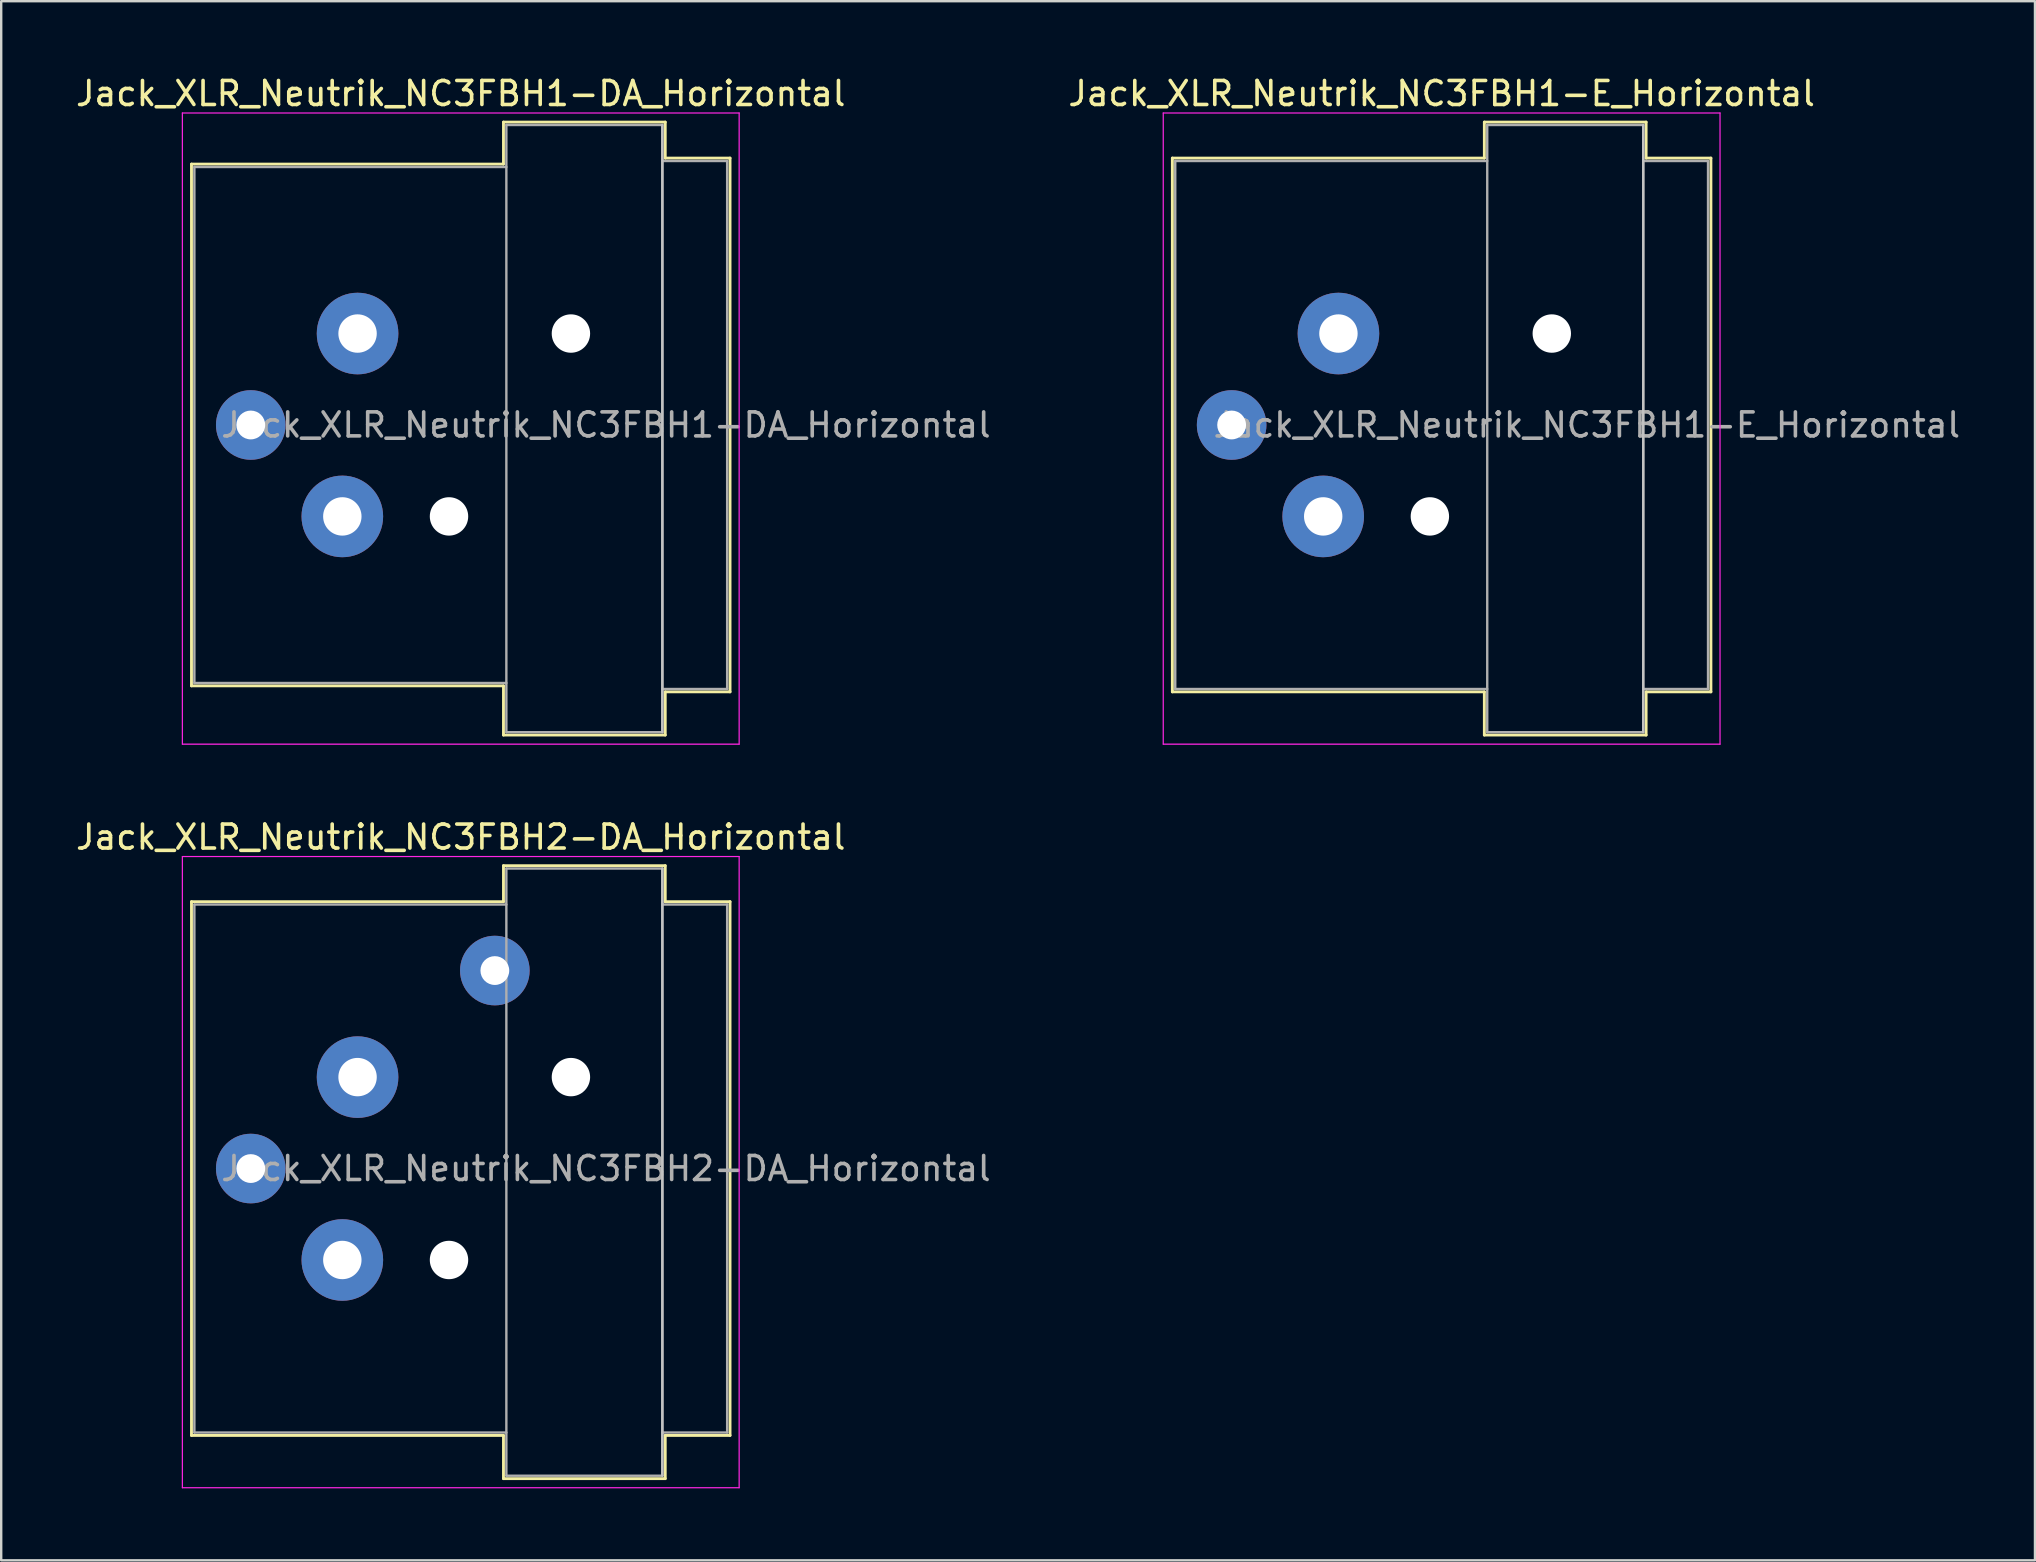
<source format=kicad_pcb>
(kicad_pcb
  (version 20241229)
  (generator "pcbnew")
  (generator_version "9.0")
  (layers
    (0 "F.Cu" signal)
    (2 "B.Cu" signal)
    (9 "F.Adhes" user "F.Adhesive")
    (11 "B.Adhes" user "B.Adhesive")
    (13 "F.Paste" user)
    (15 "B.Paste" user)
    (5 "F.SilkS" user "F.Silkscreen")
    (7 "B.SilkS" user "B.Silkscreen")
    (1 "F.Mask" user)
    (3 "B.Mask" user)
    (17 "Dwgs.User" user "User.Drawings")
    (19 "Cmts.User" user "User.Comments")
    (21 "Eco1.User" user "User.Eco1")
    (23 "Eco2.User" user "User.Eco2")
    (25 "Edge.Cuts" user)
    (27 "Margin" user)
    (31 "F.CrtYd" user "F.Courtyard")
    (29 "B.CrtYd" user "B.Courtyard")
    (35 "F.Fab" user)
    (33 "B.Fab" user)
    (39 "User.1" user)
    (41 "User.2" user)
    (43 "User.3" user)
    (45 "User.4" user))
  (footprint "Jack_XLR_Neutrik_NC3FBH1-DA_Horizontal"
    (layer "F.Cu")
    (at 11.849 10.848)
    (property "Reference" "Jack_XLR_Neutrik_NC3FBH1-DA_Horizontal" (at 4.3 -10 0) (layer "F.SilkS") (effects (font (size 1 1) (thickness 0.15))))
    (attr through_hole)
    (fp_line (start -6.92 -7.06) (end -6.92 14.68) (stroke (width 0.12) (type solid)) (layer "F.SilkS"))
    (fp_line (start 6.08 -7.06) (end -6.92 -7.06) (stroke (width 0.12) (type solid)) (layer "F.SilkS"))
    (fp_line (start 6.08 -7.06) (end 6.08 -8.81) (stroke (width 0.12) (type solid)) (layer "F.SilkS"))
    (fp_line (start 6.08 14.68) (end -6.92 14.68) (stroke (width 0.12) (type solid)) (layer "F.SilkS"))
    (fp_line (start 6.08 16.73) (end 6.08 14.68) (stroke (width 0.12) (type solid)) (layer "F.SilkS"))
    (fp_line (start 12.82 -8.81) (end 6.08 -8.81) (stroke (width 0.12) (type solid)) (layer "F.SilkS"))
    (fp_line (start 12.82 -8.81) (end 12.82 -7.31) (stroke (width 0.12) (type solid)) (layer "F.SilkS"))
    (fp_line (start 12.82 -7.31) (end 15.52 -7.31) (stroke (width 0.12) (type solid)) (layer "F.SilkS"))
    (fp_line (start 12.82 14.93) (end 12.82 16.73) (stroke (width 0.12) (type solid)) (layer "F.SilkS"))
    (fp_line (start 12.82 14.93) (end 15.52 14.93) (stroke (width 0.12) (type solid)) (layer "F.SilkS"))
    (fp_line (start 12.82 16.73) (end 6.08 16.73) (stroke (width 0.12) (type solid)) (layer "F.SilkS"))
    (fp_line (start 15.52 -7.31) (end 15.52 14.93) (stroke (width 0.12) (type solid)) (layer "F.SilkS"))
    (fp_line (start 12.7 -8.69) (end 12.7 16.61) (stroke (width 0.1) (type solid)) (layer "Dwgs.User"))
    (fp_line (start -7.3 -9.19) (end -7.3 17.11) (stroke (width 0.05) (type solid)) (layer "F.CrtYd"))
    (fp_line (start 15.9 -9.19) (end -7.3 -9.19) (stroke (width 0.05) (type solid)) (layer "F.CrtYd"))
    (fp_line (start 15.9 -9.19) (end 15.9 17.11) (stroke (width 0.05) (type solid)) (layer "F.CrtYd"))
    (fp_line (start 15.9 17.11) (end -7.3 17.11) (stroke (width 0.05) (type solid)) (layer "F.CrtYd"))
    (fp_line (start -6.8 -6.94) (end -6.8 14.56) (stroke (width 0.1) (type solid)) (layer "F.Fab"))
    (fp_line (start -6.8 14.56) (end 6.2 14.56) (stroke (width 0.1) (type solid)) (layer "F.Fab"))
    (fp_line (start 6.2 -8.69) (end 12.7 -8.69) (stroke (width 0.1) (type solid)) (layer "F.Fab"))
    (fp_line (start 6.2 -6.94) (end -6.8 -6.94) (stroke (width 0.1) (type solid)) (layer "F.Fab"))
    (fp_line (start 6.2 16.61) (end 6.2 -8.69) (stroke (width 0.1) (type solid)) (layer "F.Fab"))
    (fp_line (start 12.7 -8.69) (end 12.7 16.61) (stroke (width 0.1) (type solid)) (layer "F.Fab"))
    (fp_line (start 12.7 -7.19) (end 15.4 -7.19) (stroke (width 0.1) (type solid)) (layer "F.Fab"))
    (fp_line (start 12.7 16.61) (end 6.2 16.61) (stroke (width 0.1) (type solid)) (layer "F.Fab"))
    (fp_line (start 15.4 -7.19) (end 15.4 14.81) (stroke (width 0.1) (type solid)) (layer "F.Fab"))
    (fp_line (start 15.4 14.81) (end 12.7 14.81) (stroke (width 0.1) (type solid)) (layer "F.Fab"))
    (fp_text user "${REFERENCE}" (at 10.35 3.81 0) (layer "F.Fab") (effects (font (size 1 1) (thickness 0.15))))
    (pad "" np_thru_hole circle (at 3.81 7.62) (size 1.6 1.6) (drill 1.6) (layers "*.Cu" "*.Mask"))
    (pad "" np_thru_hole circle (at 8.89 0) (size 1.6 1.6) (drill 1.6) (layers "*.Cu" "*.Mask"))
    (pad "1" thru_hole circle (at 0 0) (size 3.4 3.4) (drill 1.6) (layers "*.Cu" "*.Mask"))
    (pad "2" thru_hole circle (at -0.635 7.62) (size 3.4 3.4) (drill 1.6) (layers "*.Cu" "*.Mask"))
    (pad "3" thru_hole circle (at -4.45 3.81) (size 2.9 2.9) (drill 1.2) (layers "*.Cu" "*.Mask")))
  (footprint "Jack_XLR_Neutrik_NC3FBH1-E_Horizontal"
    (layer "F.Cu")
    (at 52.72 10.848)
    (property "Reference" "Jack_XLR_Neutrik_NC3FBH1-E_Horizontal" (at 4.3 -10 0) (layer "F.SilkS") (effects (font (size 1 1) (thickness 0.15))))
    (attr through_hole)
    (fp_line (start -6.92 -7.31) (end -6.92 14.93) (stroke (width 0.12) (type solid)) (layer "F.SilkS"))
    (fp_line (start 6.08 -7.31) (end -6.92 -7.31) (stroke (width 0.12) (type solid)) (layer "F.SilkS"))
    (fp_line (start 6.08 -7.31) (end 6.08 -8.81) (stroke (width 0.12) (type solid)) (layer "F.SilkS"))
    (fp_line (start 6.08 14.93) (end -6.92 14.93) (stroke (width 0.12) (type solid)) (layer "F.SilkS"))
    (fp_line (start 6.08 16.73) (end 6.08 14.93) (stroke (width 0.12) (type solid)) (layer "F.SilkS"))
    (fp_line (start 12.82 -8.81) (end 6.08 -8.81) (stroke (width 0.12) (type solid)) (layer "F.SilkS"))
    (fp_line (start 12.82 -8.81) (end 12.82 -7.31) (stroke (width 0.12) (type solid)) (layer "F.SilkS"))
    (fp_line (start 12.82 -7.31) (end 15.52 -7.31) (stroke (width 0.12) (type solid)) (layer "F.SilkS"))
    (fp_line (start 12.82 14.93) (end 12.82 16.73) (stroke (width 0.12) (type solid)) (layer "F.SilkS"))
    (fp_line (start 12.82 14.93) (end 15.52 14.93) (stroke (width 0.12) (type solid)) (layer "F.SilkS"))
    (fp_line (start 12.82 16.73) (end 6.08 16.73) (stroke (width 0.12) (type solid)) (layer "F.SilkS"))
    (fp_line (start 15.52 -7.31) (end 15.52 14.93) (stroke (width 0.12) (type solid)) (layer "F.SilkS"))
    (fp_line (start 12.7 -8.69) (end 12.7 16.61) (stroke (width 0.1) (type solid)) (layer "Dwgs.User"))
    (fp_line (start -7.3 -9.19) (end -7.3 17.11) (stroke (width 0.05) (type solid)) (layer "F.CrtYd"))
    (fp_line (start 15.9 -9.19) (end -7.3 -9.19) (stroke (width 0.05) (type solid)) (layer "F.CrtYd"))
    (fp_line (start 15.9 -9.19) (end 15.9 17.11) (stroke (width 0.05) (type solid)) (layer "F.CrtYd"))
    (fp_line (start 15.9 17.11) (end -7.3 17.11) (stroke (width 0.05) (type solid)) (layer "F.CrtYd"))
    (fp_line (start -6.8 -7.19) (end -6.8 14.81) (stroke (width 0.1) (type solid)) (layer "F.Fab"))
    (fp_line (start -6.8 14.81) (end 6.2 14.81) (stroke (width 0.1) (type solid)) (layer "F.Fab"))
    (fp_line (start 6.2 -8.69) (end 12.7 -8.69) (stroke (width 0.1) (type solid)) (layer "F.Fab"))
    (fp_line (start 6.2 -7.19) (end -6.8 -7.19) (stroke (width 0.1) (type solid)) (layer "F.Fab"))
    (fp_line (start 6.2 16.61) (end 6.2 -8.69) (stroke (width 0.1) (type solid)) (layer "F.Fab"))
    (fp_line (start 12.7 -8.69) (end 12.7 16.61) (stroke (width 0.1) (type solid)) (layer "F.Fab"))
    (fp_line (start 12.7 -7.19) (end 15.4 -7.19) (stroke (width 0.1) (type solid)) (layer "F.Fab"))
    (fp_line (start 12.7 16.61) (end 6.2 16.61) (stroke (width 0.1) (type solid)) (layer "F.Fab"))
    (fp_line (start 15.4 -7.19) (end 15.4 14.81) (stroke (width 0.1) (type solid)) (layer "F.Fab"))
    (fp_line (start 15.4 14.81) (end 12.7 14.81) (stroke (width 0.1) (type solid)) (layer "F.Fab"))
    (fp_text user "${REFERENCE}" (at 10.35 3.81 0) (layer "F.Fab") (effects (font (size 1 1) (thickness 0.15))))
    (pad "" np_thru_hole circle (at 3.81 7.62) (size 1.6 1.6) (drill 1.6) (layers "*.Cu" "*.Mask"))
    (pad "" np_thru_hole circle (at 8.89 0) (size 1.6 1.6) (drill 1.6) (layers "*.Cu" "*.Mask"))
    (pad "1" thru_hole circle (at 0 0) (size 3.4 3.4) (drill 1.6) (layers "*.Cu" "*.Mask"))
    (pad "2" thru_hole circle (at -0.635 7.62) (size 3.4 3.4) (drill 1.6) (layers "*.Cu" "*.Mask"))
    (pad "3" thru_hole circle (at -4.45 3.81) (size 2.9 2.9) (drill 1.2) (layers "*.Cu" "*.Mask")))
  (footprint "Jack_XLR_Neutrik_NC3FBH2-DA_Horizontal"
    (layer "F.Cu")
    (at 11.849 41.831)
    (property "Reference" "Jack_XLR_Neutrik_NC3FBH2-DA_Horizontal" (at 4.3 -10 0) (layer "F.SilkS") (effects (font (size 1 1) (thickness 0.15))))
    (attr through_hole)
    (fp_line (start -6.92 -7.31) (end -6.92 14.93) (stroke (width 0.12) (type solid)) (layer "F.SilkS"))
    (fp_line (start 6.08 -7.31) (end -6.92 -7.31) (stroke (width 0.12) (type solid)) (layer "F.SilkS"))
    (fp_line (start 6.08 -7.31) (end 6.08 -8.81) (stroke (width 0.12) (type solid)) (layer "F.SilkS"))
    (fp_line (start 6.08 14.93) (end -6.92 14.93) (stroke (width 0.12) (type solid)) (layer "F.SilkS"))
    (fp_line (start 6.08 16.73) (end 6.08 14.93) (stroke (width 0.12) (type solid)) (layer "F.SilkS"))
    (fp_line (start 12.82 -8.81) (end 6.08 -8.81) (stroke (width 0.12) (type solid)) (layer "F.SilkS"))
    (fp_line (start 12.82 -8.81) (end 12.82 -7.31) (stroke (width 0.12) (type solid)) (layer "F.SilkS"))
    (fp_line (start 12.82 -7.31) (end 15.52 -7.31) (stroke (width 0.12) (type solid)) (layer "F.SilkS"))
    (fp_line (start 12.82 14.93) (end 12.82 16.73) (stroke (width 0.12) (type solid)) (layer "F.SilkS"))
    (fp_line (start 12.82 14.93) (end 15.52 14.93) (stroke (width 0.12) (type solid)) (layer "F.SilkS"))
    (fp_line (start 12.82 16.73) (end 6.08 16.73) (stroke (width 0.12) (type solid)) (layer "F.SilkS"))
    (fp_line (start 15.52 -7.31) (end 15.52 14.93) (stroke (width 0.12) (type solid)) (layer "F.SilkS"))
    (fp_line (start 12.7 -8.69) (end 12.7 16.61) (stroke (width 0.1) (type solid)) (layer "Dwgs.User"))
    (fp_line (start -7.3 -9.19) (end -7.3 17.11) (stroke (width 0.05) (type solid)) (layer "F.CrtYd"))
    (fp_line (start 15.9 -9.19) (end -7.3 -9.19) (stroke (width 0.05) (type solid)) (layer "F.CrtYd"))
    (fp_line (start 15.9 -9.19) (end 15.9 17.11) (stroke (width 0.05) (type solid)) (layer "F.CrtYd"))
    (fp_line (start 15.9 17.11) (end -7.3 17.11) (stroke (width 0.05) (type solid)) (layer "F.CrtYd"))
    (fp_line (start -6.8 -7.19) (end -6.8 14.81) (stroke (width 0.1) (type solid)) (layer "F.Fab"))
    (fp_line (start -6.8 14.81) (end 6.2 14.81) (stroke (width 0.1) (type solid)) (layer "F.Fab"))
    (fp_line (start 6.2 -8.69) (end 12.7 -8.69) (stroke (width 0.1) (type solid)) (layer "F.Fab"))
    (fp_line (start 6.2 -7.19) (end -6.8 -7.19) (stroke (width 0.1) (type solid)) (layer "F.Fab"))
    (fp_line (start 6.2 16.61) (end 6.2 -8.69) (stroke (width 0.1) (type solid)) (layer "F.Fab"))
    (fp_line (start 12.7 -8.69) (end 12.7 16.61) (stroke (width 0.1) (type solid)) (layer "F.Fab"))
    (fp_line (start 12.7 -7.19) (end 15.4 -7.19) (stroke (width 0.1) (type solid)) (layer "F.Fab"))
    (fp_line (start 12.7 16.61) (end 6.2 16.61) (stroke (width 0.1) (type solid)) (layer "F.Fab"))
    (fp_line (start 15.4 -7.19) (end 15.4 14.81) (stroke (width 0.1) (type solid)) (layer "F.Fab"))
    (fp_line (start 15.4 14.81) (end 12.7 14.81) (stroke (width 0.1) (type solid)) (layer "F.Fab"))
    (fp_text user "${REFERENCE}" (at 10.35 3.81 0) (layer "F.Fab") (effects (font (size 1 1) (thickness 0.15))))
    (pad "" np_thru_hole circle (at 3.81 7.62) (size 1.6 1.6) (drill 1.6) (layers "*.Cu" "*.Mask"))
    (pad "" np_thru_hole circle (at 8.89 0) (size 1.6 1.6) (drill 1.6) (layers "*.Cu" "*.Mask"))
    (pad "1" thru_hole circle (at 0 0) (size 3.4 3.4) (drill 1.6) (layers "*.Cu" "*.Mask"))
    (pad "2" thru_hole circle (at -0.635 7.62) (size 3.4 3.4) (drill 1.6) (layers "*.Cu" "*.Mask"))
    (pad "3" thru_hole circle (at -4.45 3.81) (size 2.9 2.9) (drill 1.2) (layers "*.Cu" "*.Mask"))
    (pad "G" thru_hole circle (at 5.72 -4.44) (size 2.9 2.9) (drill 1.2) (layers "*.Cu" "*.Mask")))
  (gr_rect
    (start -3 -3)
    (end 81.743 61.967)
    (stroke (width 0.1) (type default))
    (fill no)
    (layer "Edge.Cuts")))
</source>
